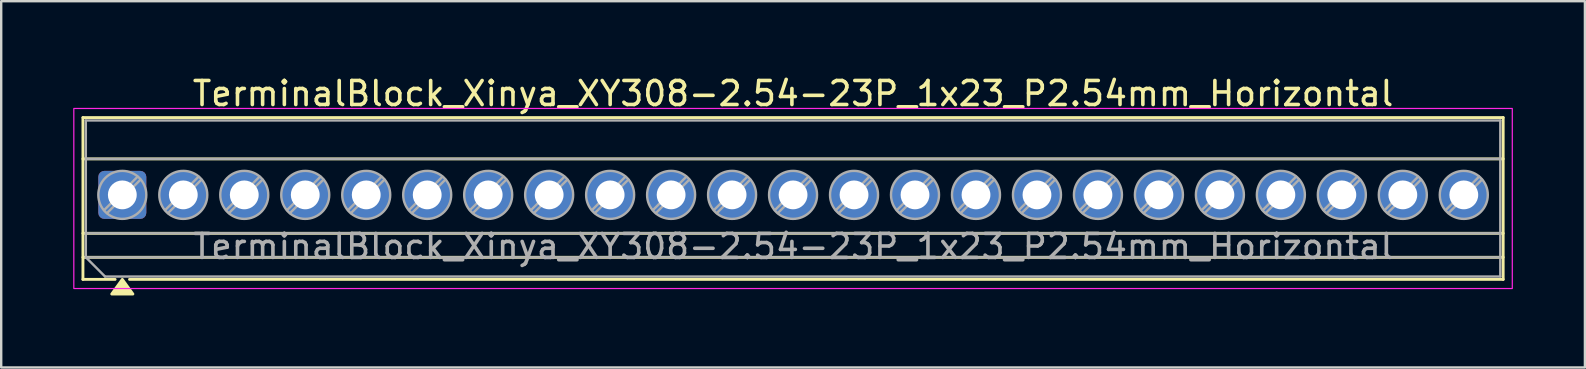
<source format=kicad_pcb>
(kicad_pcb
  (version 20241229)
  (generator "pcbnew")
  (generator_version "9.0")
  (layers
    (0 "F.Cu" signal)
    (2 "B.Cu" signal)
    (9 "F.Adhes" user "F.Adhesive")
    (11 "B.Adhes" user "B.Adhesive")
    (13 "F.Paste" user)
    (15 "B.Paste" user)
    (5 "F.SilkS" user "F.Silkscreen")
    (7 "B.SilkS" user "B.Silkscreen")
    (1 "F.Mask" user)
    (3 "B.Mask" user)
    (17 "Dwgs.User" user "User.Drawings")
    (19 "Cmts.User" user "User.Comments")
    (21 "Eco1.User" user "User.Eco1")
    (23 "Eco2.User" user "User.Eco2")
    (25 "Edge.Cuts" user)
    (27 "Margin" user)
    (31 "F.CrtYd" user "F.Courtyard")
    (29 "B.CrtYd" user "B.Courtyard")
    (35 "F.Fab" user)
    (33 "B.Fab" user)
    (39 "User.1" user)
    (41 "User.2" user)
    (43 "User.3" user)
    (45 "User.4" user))
  (footprint "TerminalBlock_Xinya_XY308-2.54-23P_1x23_P2.54mm_Horizontal"
    (layer "F.Cu")
    (at 2.045 5.068)
    (property "Reference" "TerminalBlock_Xinya_XY308-2.54-23P_1x23_P2.54mm_Horizontal" (at 27.94 -4.22 0) (layer "F.SilkS") (effects (font (size 1 1) (thickness 0.15))))
    (attr through_hole)
    (fp_line (start -1.64 -3.22) (end 57.52 -3.22) (stroke (width 0.12) (type solid)) (layer "F.SilkS"))
    (fp_line (start -1.64 -1.5) (end 57.52 -1.5) (stroke (width 0.12) (type solid)) (layer "F.SilkS"))
    (fp_line (start -1.64 1.6) (end 57.52 1.6) (stroke (width 0.12) (type solid)) (layer "F.SilkS"))
    (fp_line (start -1.64 2.6) (end 57.52 2.6) (stroke (width 0.12) (type solid)) (layer "F.SilkS"))
    (fp_line (start -1.64 3.52) (end -1.64 -3.22) (stroke (width 0.12) (type solid)) (layer "F.SilkS"))
    (fp_line (start -0.3 3.52) (end -1.64 3.52) (stroke (width 0.12) (type solid)) (layer "F.SilkS"))
    (fp_line (start 57.52 -3.22) (end 57.52 3.52) (stroke (width 0.12) (type solid)) (layer "F.SilkS"))
    (fp_line (start 57.52 3.52) (end 0.3 3.52) (stroke (width 0.12) (type solid)) (layer "F.SilkS"))
    (fp_poly (pts (xy 0 3.52) (xy 0.44 4.13) (xy -0.44 4.13)) (stroke (width 0.12) (type solid)) (fill yes) (layer "F.SilkS"))
    (fp_rect (start -2.02 -3.6) (end 57.9 3.9) (stroke (width 0.05) (type solid)) (fill no) (layer "F.CrtYd"))
    (fp_line (start -1.52 -3.1) (end 57.4 -3.1) (stroke (width 0.1) (type solid)) (layer "F.Fab"))
    (fp_line (start -1.52 -1.5) (end 57.4 -1.5) (stroke (width 0.1) (type solid)) (layer "F.Fab"))
    (fp_line (start -1.52 1.6) (end 57.4 1.6) (stroke (width 0.1) (type solid)) (layer "F.Fab"))
    (fp_line (start -1.52 2.6) (end -1.52 -3.1) (stroke (width 0.1) (type solid)) (layer "F.Fab"))
    (fp_line (start -1.52 2.6) (end 57.4 2.6) (stroke (width 0.1) (type solid)) (layer "F.Fab"))
    (fp_line (start -0.72 3.4) (end -1.52 2.6) (stroke (width 0.1) (type solid)) (layer "F.Fab"))
    (fp_line (start 0.636 -0.758) (end -0.758 0.636) (stroke (width 0.1) (type solid)) (layer "F.Fab"))
    (fp_line (start 0.758 -0.636) (end -0.636 0.758) (stroke (width 0.1) (type solid)) (layer "F.Fab"))
    (fp_line (start 3.176 -0.758) (end 1.782 0.636) (stroke (width 0.1) (type solid)) (layer "F.Fab"))
    (fp_line (start 3.298 -0.636) (end 1.904 0.758) (stroke (width 0.1) (type solid)) (layer "F.Fab"))
    (fp_line (start 5.716 -0.758) (end 4.322 0.636) (stroke (width 0.1) (type solid)) (layer "F.Fab"))
    (fp_line (start 5.838 -0.636) (end 4.444 0.758) (stroke (width 0.1) (type solid)) (layer "F.Fab"))
    (fp_line (start 8.256 -0.758) (end 6.862 0.636) (stroke (width 0.1) (type solid)) (layer "F.Fab"))
    (fp_line (start 8.378 -0.636) (end 6.984 0.758) (stroke (width 0.1) (type solid)) (layer "F.Fab"))
    (fp_line (start 10.796 -0.758) (end 9.402 0.636) (stroke (width 0.1) (type solid)) (layer "F.Fab"))
    (fp_line (start 10.918 -0.636) (end 9.524 0.758) (stroke (width 0.1) (type solid)) (layer "F.Fab"))
    (fp_line (start 13.336 -0.758) (end 11.942 0.636) (stroke (width 0.1) (type solid)) (layer "F.Fab"))
    (fp_line (start 13.458 -0.636) (end 12.064 0.758) (stroke (width 0.1) (type solid)) (layer "F.Fab"))
    (fp_line (start 15.876 -0.758) (end 14.482 0.636) (stroke (width 0.1) (type solid)) (layer "F.Fab"))
    (fp_line (start 15.998 -0.636) (end 14.604 0.758) (stroke (width 0.1) (type solid)) (layer "F.Fab"))
    (fp_line (start 18.416 -0.758) (end 17.022 0.636) (stroke (width 0.1) (type solid)) (layer "F.Fab"))
    (fp_line (start 18.538 -0.636) (end 17.144 0.758) (stroke (width 0.1) (type solid)) (layer "F.Fab"))
    (fp_line (start 20.956 -0.758) (end 19.562 0.636) (stroke (width 0.1) (type solid)) (layer "F.Fab"))
    (fp_line (start 21.078 -0.636) (end 19.684 0.758) (stroke (width 0.1) (type solid)) (layer "F.Fab"))
    (fp_line (start 23.496 -0.758) (end 22.102 0.636) (stroke (width 0.1) (type solid)) (layer "F.Fab"))
    (fp_line (start 23.618 -0.636) (end 22.224 0.758) (stroke (width 0.1) (type solid)) (layer "F.Fab"))
    (fp_line (start 26.036 -0.758) (end 24.642 0.636) (stroke (width 0.1) (type solid)) (layer "F.Fab"))
    (fp_line (start 26.158 -0.636) (end 24.764 0.758) (stroke (width 0.1) (type solid)) (layer "F.Fab"))
    (fp_line (start 28.576 -0.758) (end 27.182 0.636) (stroke (width 0.1) (type solid)) (layer "F.Fab"))
    (fp_line (start 28.698 -0.636) (end 27.304 0.758) (stroke (width 0.1) (type solid)) (layer "F.Fab"))
    (fp_line (start 31.116 -0.758) (end 29.722 0.636) (stroke (width 0.1) (type solid)) (layer "F.Fab"))
    (fp_line (start 31.238 -0.636) (end 29.844 0.758) (stroke (width 0.1) (type solid)) (layer "F.Fab"))
    (fp_line (start 33.656 -0.758) (end 32.262 0.636) (stroke (width 0.1) (type solid)) (layer "F.Fab"))
    (fp_line (start 33.778 -0.636) (end 32.384 0.758) (stroke (width 0.1) (type solid)) (layer "F.Fab"))
    (fp_line (start 36.196 -0.758) (end 34.802 0.636) (stroke (width 0.1) (type solid)) (layer "F.Fab"))
    (fp_line (start 36.318 -0.636) (end 34.924 0.758) (stroke (width 0.1) (type solid)) (layer "F.Fab"))
    (fp_line (start 38.736 -0.758) (end 37.342 0.636) (stroke (width 0.1) (type solid)) (layer "F.Fab"))
    (fp_line (start 38.858 -0.636) (end 37.464 0.758) (stroke (width 0.1) (type solid)) (layer "F.Fab"))
    (fp_line (start 41.276 -0.758) (end 39.882 0.636) (stroke (width 0.1) (type solid)) (layer "F.Fab"))
    (fp_line (start 41.398 -0.636) (end 40.004 0.758) (stroke (width 0.1) (type solid)) (layer "F.Fab"))
    (fp_line (start 43.816 -0.758) (end 42.422 0.636) (stroke (width 0.1) (type solid)) (layer "F.Fab"))
    (fp_line (start 43.938 -0.636) (end 42.544 0.758) (stroke (width 0.1) (type solid)) (layer "F.Fab"))
    (fp_line (start 46.356 -0.758) (end 44.962 0.636) (stroke (width 0.1) (type solid)) (layer "F.Fab"))
    (fp_line (start 46.478 -0.636) (end 45.084 0.758) (stroke (width 0.1) (type solid)) (layer "F.Fab"))
    (fp_line (start 48.896 -0.758) (end 47.502 0.636) (stroke (width 0.1) (type solid)) (layer "F.Fab"))
    (fp_line (start 49.018 -0.636) (end 47.624 0.758) (stroke (width 0.1) (type solid)) (layer "F.Fab"))
    (fp_line (start 51.436 -0.758) (end 50.042 0.636) (stroke (width 0.1) (type solid)) (layer "F.Fab"))
    (fp_line (start 51.558 -0.636) (end 50.164 0.758) (stroke (width 0.1) (type solid)) (layer "F.Fab"))
    (fp_line (start 53.976 -0.758) (end 52.582 0.636) (stroke (width 0.1) (type solid)) (layer "F.Fab"))
    (fp_line (start 54.098 -0.636) (end 52.704 0.758) (stroke (width 0.1) (type solid)) (layer "F.Fab"))
    (fp_line (start 56.516 -0.758) (end 55.122 0.636) (stroke (width 0.1) (type solid)) (layer "F.Fab"))
    (fp_line (start 56.638 -0.636) (end 55.244 0.758) (stroke (width 0.1) (type solid)) (layer "F.Fab"))
    (fp_line (start 57.4 -3.1) (end 57.4 3.4) (stroke (width 0.1) (type solid)) (layer "F.Fab"))
    (fp_line (start 57.4 3.4) (end -0.72 3.4) (stroke (width 0.1) (type solid)) (layer "F.Fab"))
    (fp_circle (center 0 0) (end 1 0) (stroke (width 0.1) (type solid)) (fill no) (layer "F.Fab"))
    (fp_circle (center 2.54 0) (end 3.54 0) (stroke (width 0.1) (type solid)) (fill no) (layer "F.Fab"))
    (fp_circle (center 5.08 0) (end 6.08 0) (stroke (width 0.1) (type solid)) (fill no) (layer "F.Fab"))
    (fp_circle (center 7.62 0) (end 8.62 0) (stroke (width 0.1) (type solid)) (fill no) (layer "F.Fab"))
    (fp_circle (center 10.16 0) (end 11.16 0) (stroke (width 0.1) (type solid)) (fill no) (layer "F.Fab"))
    (fp_circle (center 12.7 0) (end 13.7 0) (stroke (width 0.1) (type solid)) (fill no) (layer "F.Fab"))
    (fp_circle (center 15.24 0) (end 16.24 0) (stroke (width 0.1) (type solid)) (fill no) (layer "F.Fab"))
    (fp_circle (center 17.78 0) (end 18.78 0) (stroke (width 0.1) (type solid)) (fill no) (layer "F.Fab"))
    (fp_circle (center 20.32 0) (end 21.32 0) (stroke (width 0.1) (type solid)) (fill no) (layer "F.Fab"))
    (fp_circle (center 22.86 0) (end 23.86 0) (stroke (width 0.1) (type solid)) (fill no) (layer "F.Fab"))
    (fp_circle (center 25.4 0) (end 26.4 0) (stroke (width 0.1) (type solid)) (fill no) (layer "F.Fab"))
    (fp_circle (center 27.94 0) (end 28.94 0) (stroke (width 0.1) (type solid)) (fill no) (layer "F.Fab"))
    (fp_circle (center 30.48 0) (end 31.48 0) (stroke (width 0.1) (type solid)) (fill no) (layer "F.Fab"))
    (fp_circle (center 33.02 0) (end 34.02 0) (stroke (width 0.1) (type solid)) (fill no) (layer "F.Fab"))
    (fp_circle (center 35.56 0) (end 36.56 0) (stroke (width 0.1) (type solid)) (fill no) (layer "F.Fab"))
    (fp_circle (center 38.1 0) (end 39.1 0) (stroke (width 0.1) (type solid)) (fill no) (layer "F.Fab"))
    (fp_circle (center 40.64 0) (end 41.64 0) (stroke (width 0.1) (type solid)) (fill no) (layer "F.Fab"))
    (fp_circle (center 43.18 0) (end 44.18 0) (stroke (width 0.1) (type solid)) (fill no) (layer "F.Fab"))
    (fp_circle (center 45.72 0) (end 46.72 0) (stroke (width 0.1) (type solid)) (fill no) (layer "F.Fab"))
    (fp_circle (center 48.26 0) (end 49.26 0) (stroke (width 0.1) (type solid)) (fill no) (layer "F.Fab"))
    (fp_circle (center 50.8 0) (end 51.8 0) (stroke (width 0.1) (type solid)) (fill no) (layer "F.Fab"))
    (fp_circle (center 53.34 0) (end 54.34 0) (stroke (width 0.1) (type solid)) (fill no) (layer "F.Fab"))
    (fp_circle (center 55.88 0) (end 56.88 0) (stroke (width 0.1) (type solid)) (fill no) (layer "F.Fab"))
    (fp_text user "${REFERENCE}" (at 27.94 2.15 0) (layer "F.Fab") (effects (font (size 1 1) (thickness 0.15))))
    (pad "1" thru_hole roundrect (at 0 0) (size 2 2) (drill 1.2) (layers "*.Cu" "*.Mask") (roundrect_rratio 0.125))
    (pad "2" thru_hole circle (at 2.54 0) (size 2 2) (drill 1.2) (layers "*.Cu" "*.Mask"))
    (pad "3" thru_hole circle (at 5.08 0) (size 2 2) (drill 1.2) (layers "*.Cu" "*.Mask"))
    (pad "4" thru_hole circle (at 7.62 0) (size 2 2) (drill 1.2) (layers "*.Cu" "*.Mask"))
    (pad "5" thru_hole circle (at 10.16 0) (size 2 2) (drill 1.2) (layers "*.Cu" "*.Mask"))
    (pad "6" thru_hole circle (at 12.7 0) (size 2 2) (drill 1.2) (layers "*.Cu" "*.Mask"))
    (pad "7" thru_hole circle (at 15.24 0) (size 2 2) (drill 1.2) (layers "*.Cu" "*.Mask"))
    (pad "8" thru_hole circle (at 17.78 0) (size 2 2) (drill 1.2) (layers "*.Cu" "*.Mask"))
    (pad "9" thru_hole circle (at 20.32 0) (size 2 2) (drill 1.2) (layers "*.Cu" "*.Mask"))
    (pad "10" thru_hole circle (at 22.86 0) (size 2 2) (drill 1.2) (layers "*.Cu" "*.Mask"))
    (pad "11" thru_hole circle (at 25.4 0) (size 2 2) (drill 1.2) (layers "*.Cu" "*.Mask"))
    (pad "12" thru_hole circle (at 27.94 0) (size 2 2) (drill 1.2) (layers "*.Cu" "*.Mask"))
    (pad "13" thru_hole circle (at 30.48 0) (size 2 2) (drill 1.2) (layers "*.Cu" "*.Mask"))
    (pad "14" thru_hole circle (at 33.02 0) (size 2 2) (drill 1.2) (layers "*.Cu" "*.Mask"))
    (pad "15" thru_hole circle (at 35.56 0) (size 2 2) (drill 1.2) (layers "*.Cu" "*.Mask"))
    (pad "16" thru_hole circle (at 38.1 0) (size 2 2) (drill 1.2) (layers "*.Cu" "*.Mask"))
    (pad "17" thru_hole circle (at 40.64 0) (size 2 2) (drill 1.2) (layers "*.Cu" "*.Mask"))
    (pad "18" thru_hole circle (at 43.18 0) (size 2 2) (drill 1.2) (layers "*.Cu" "*.Mask"))
    (pad "19" thru_hole circle (at 45.72 0) (size 2 2) (drill 1.2) (layers "*.Cu" "*.Mask"))
    (pad "20" thru_hole circle (at 48.26 0) (size 2 2) (drill 1.2) (layers "*.Cu" "*.Mask"))
    (pad "21" thru_hole circle (at 50.8 0) (size 2 2) (drill 1.2) (layers "*.Cu" "*.Mask"))
    (pad "22" thru_hole circle (at 53.34 0) (size 2 2) (drill 1.2) (layers "*.Cu" "*.Mask"))
    (pad "23" thru_hole circle (at 55.88 0) (size 2 2) (drill 1.2) (layers "*.Cu" "*.Mask")))
  (gr_rect
    (start -3 -3)
    (end 62.97 12.258)
    (stroke (width 0.1) (type default))
    (fill no)
    (layer "Edge.Cuts")))
</source>
